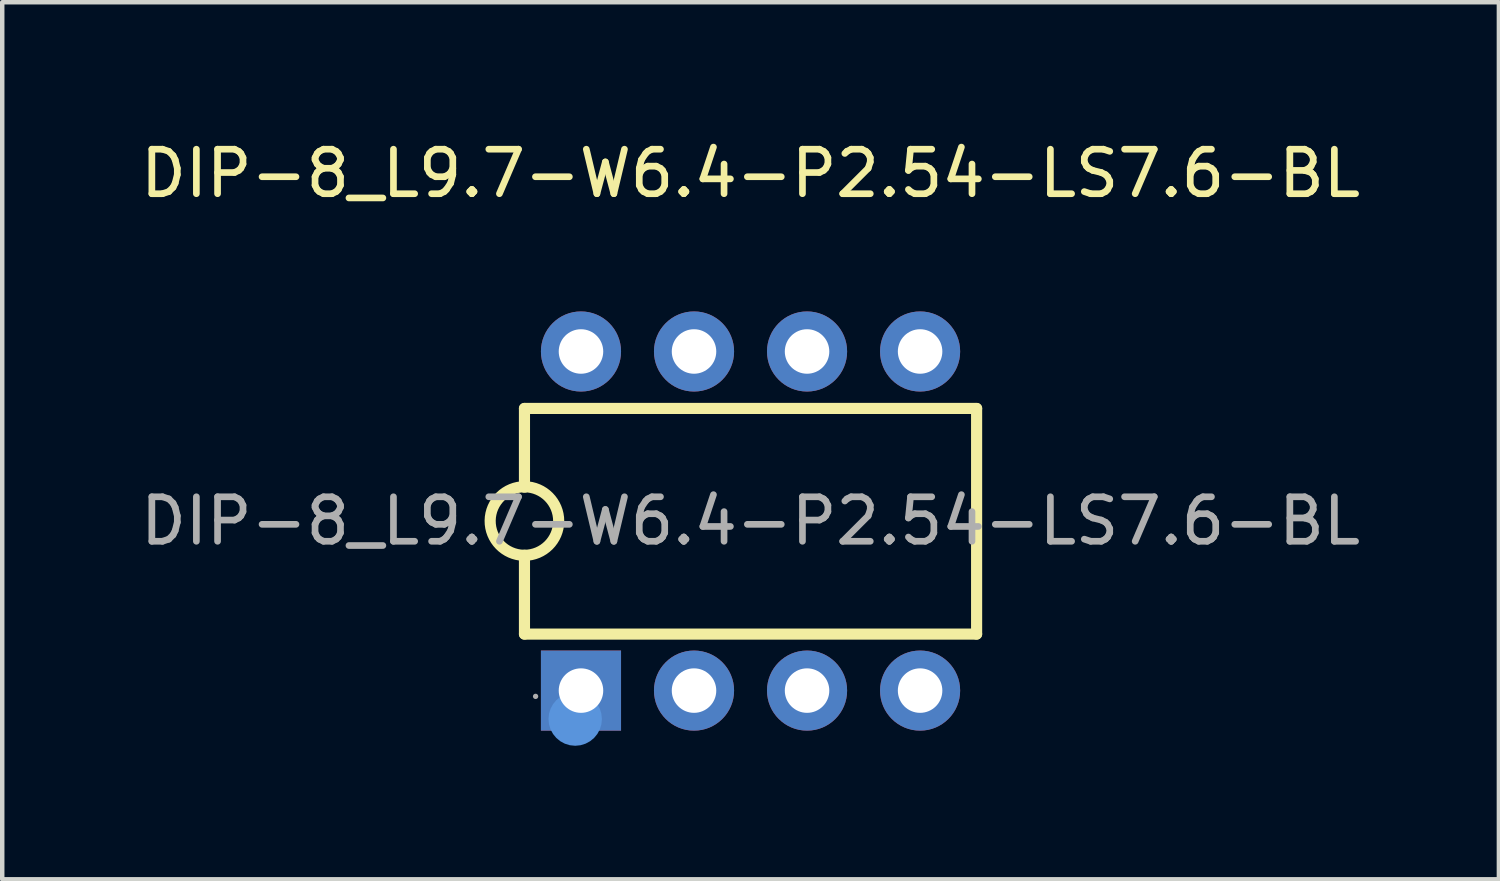
<source format=kicad_pcb>
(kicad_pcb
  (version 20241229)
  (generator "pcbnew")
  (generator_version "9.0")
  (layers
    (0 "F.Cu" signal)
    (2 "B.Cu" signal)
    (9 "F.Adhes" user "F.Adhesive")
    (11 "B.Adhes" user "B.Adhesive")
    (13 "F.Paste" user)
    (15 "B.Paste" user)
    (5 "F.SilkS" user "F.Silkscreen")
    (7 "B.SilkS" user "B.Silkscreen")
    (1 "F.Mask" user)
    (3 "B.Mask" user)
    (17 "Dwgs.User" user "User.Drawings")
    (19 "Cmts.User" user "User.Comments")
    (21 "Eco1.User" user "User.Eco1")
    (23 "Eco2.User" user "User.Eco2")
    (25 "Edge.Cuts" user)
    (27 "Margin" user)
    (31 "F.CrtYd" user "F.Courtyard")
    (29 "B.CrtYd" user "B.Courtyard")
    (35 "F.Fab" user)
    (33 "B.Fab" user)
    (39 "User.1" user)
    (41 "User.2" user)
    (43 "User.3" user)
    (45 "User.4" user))
  (footprint "DIP-8_L9.7-W6.4-P2.54-LS7.6-BL"
    (layer "F.Cu")
    (at 13.815 8.658)
    (property "Reference" "DIP-8_L9.7-W6.4-P2.54-LS7.6-BL" (at 0 -7.81 0) (layer "F.SilkS") (effects (font (size 1 1) (thickness 0.15))))
    (attr smd)
    (fp_line (start -5.08 -2.53) (end 5.08 -2.53) (stroke (width 0.25) (type solid)) (layer "F.SilkS"))
    (fp_line (start -5.08 -0.76) (end -5.08 -2.53) (stroke (width 0.25) (type solid)) (layer "F.SilkS"))
    (fp_line (start -5.08 2.54) (end -5.08 0.77) (stroke (width 0.25) (type solid)) (layer "F.SilkS"))
    (fp_line (start -5.08 2.54) (end 5.08 2.54) (stroke (width 0.25) (type solid)) (layer "F.SilkS"))
    (fp_line (start 5.08 2.54) (end 5.08 -2.53) (stroke (width 0.25) (type solid)) (layer "F.SilkS"))
    (fp_arc (start -5.093438 0.769883) (mid -5.073281 -0.769971) (end -5.08 0.77) (stroke (width 0.25) (type solid)) (layer "F.SilkS"))
    (fp_circle (center -3.94 4.45) (end -3.64 4.45) (stroke (width 0.6) (type solid)) (fill no) (layer "Cmts.User"))
    (fp_circle (center -4.83 3.94) (end -4.8 3.94) (stroke (width 0.06) (type solid)) (fill no) (layer "F.Fab"))
    (fp_text user "${REFERENCE}" (at 0 0 0) (layer "F.Fab") (effects (font (size 1 1) (thickness 0.15))))
    (pad "1" thru_hole rect (at -3.81 3.81) (size 1.8 1.8) (drill 1) (layers "*.Cu" "*.Mask"))
    (pad "2" thru_hole circle (at -1.27 3.81) (size 1.8 1.8) (drill 1) (layers "*.Cu" "*.Mask"))
    (pad "3" thru_hole circle (at 1.27 3.81) (size 1.8 1.8) (drill 1) (layers "*.Cu" "*.Mask"))
    (pad "4" thru_hole circle (at 3.81 3.81) (size 1.8 1.8) (drill 1) (layers "*.Cu" "*.Mask"))
    (pad "5" thru_hole circle (at 3.81 -3.81) (size 1.8 1.8) (drill 1) (layers "*.Cu" "*.Mask"))
    (pad "6" thru_hole circle (at 1.27 -3.81) (size 1.8 1.8) (drill 1) (layers "*.Cu" "*.Mask"))
    (pad "7" thru_hole circle (at -1.27 -3.81) (size 1.8 1.8) (drill 1) (layers "*.Cu" "*.Mask"))
    (pad "8" thru_hole circle (at -3.81 -3.81) (size 1.8 1.8) (drill 1) (layers "*.Cu" "*.Mask")))
  (gr_rect
    (start -3 -3)
    (end 30.631 16.708)
    (stroke (width 0.1) (type default))
    (fill no)
    (layer "Edge.Cuts")))
</source>
